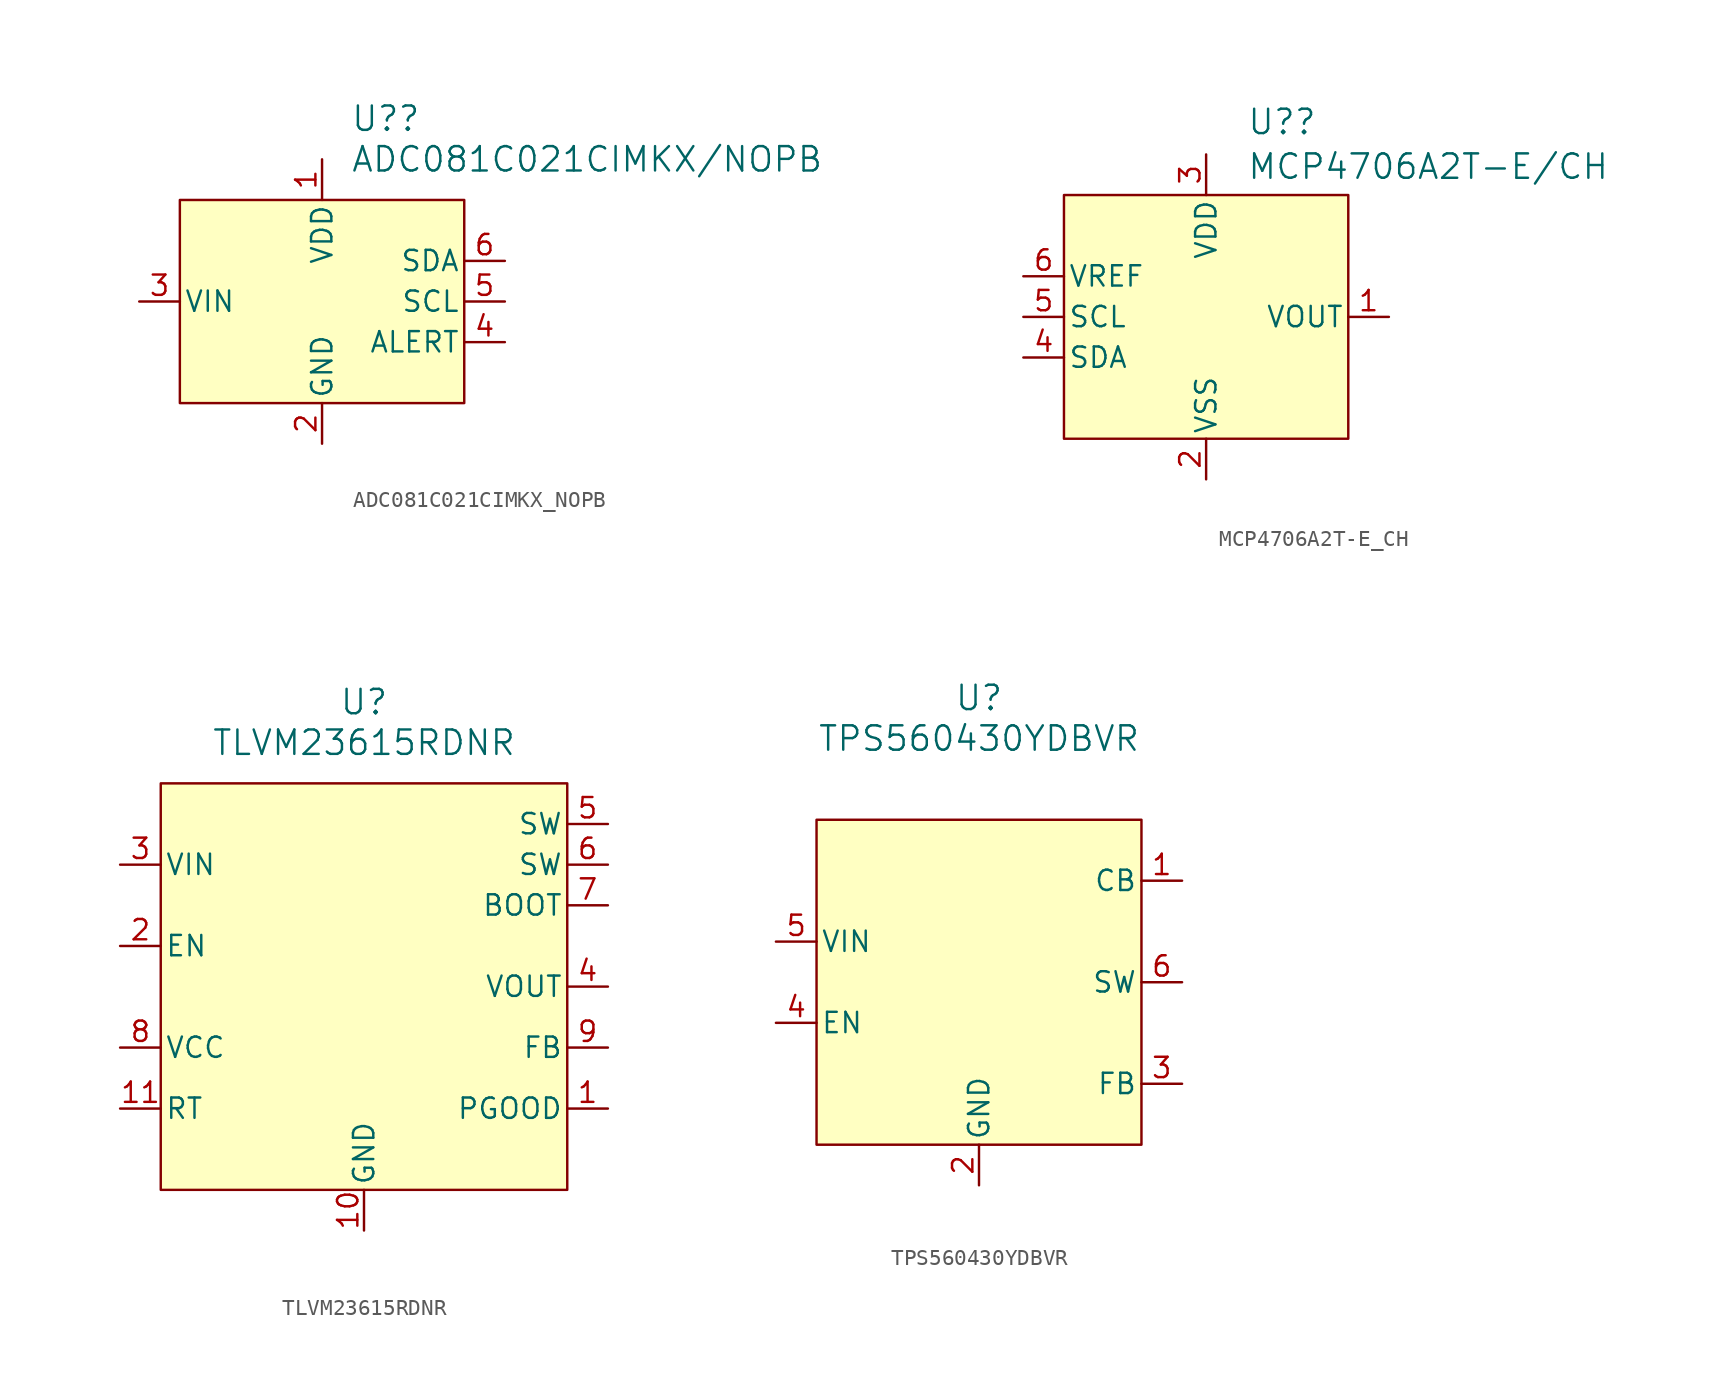
<source format=kicad_sym>
(kicad_symbol_lib
  (version 20231120)
  (generator "kicad_symbol_editor")
  (generator_version "8.0")
  (symbol "ADC081C021CIMKX_NOPB"
    (pin_names
      (offset 0.254))
    (property "Reference" "U?"
      (at 1.778 11.43 0)
      (effects (font (size 1.524 1.524)) (justify left)))
    (property "Value" "ADC081C021CIMKX/NOPB"
      (at 1.778 8.89 0)
      (effects (font (size 1.524 1.524)) (justify left)))
    (symbol "ADC081C021CIMKX_NOPB_0_1"
      (pin power_in line (at 0 8.89 270) (length 2.54) (name "VDD" (effects (font (size 1.27 1.27)))) (number "1" (effects (font (size 1.27 1.27)))))
      (pin power_in line (at 0 -8.89 90) (length 2.54) (name "GND" (effects (font (size 1.27 1.27)))) (number "2" (effects (font (size 1.27 1.27)))))
      (pin input line (at -11.43 0 0) (length 2.54) (name "VIN" (effects (font (size 1.27 1.27)))) (number "3" (effects (font (size 1.27 1.27)))))
      (pin output line (at 11.43 -2.54 180) (length 2.54) (name "ALERT" (effects (font (size 1.27 1.27)))) (number "4" (effects (font (size 1.27 1.27)))))
      (pin input line (at 11.43 0 180) (length 2.54) (name "SCL" (effects (font (size 1.27 1.27)))) (number "5" (effects (font (size 1.27 1.27)))))
      (pin bidirectional line (at 11.43 2.54 180) (length 2.54) (name "SDA" (effects (font (size 1.27 1.27)))) (number "6" (effects (font (size 1.27 1.27))))))
    (symbol "ADC081C021CIMKX_NOPB_1_1"
      (rectangle (start -8.89 6.35) (end 8.89 -6.35) (stroke (width 0) (type default)) (fill (type background)))))
  (symbol "MCP4706A2T-E_CH"
    (pin_names
      (offset 0.254))
    (property "Reference" "U?"
      (at 2.54 12.192 0)
      (effects (font (size 1.524 1.524)) (justify left)))
    (property "Value" "MCP4706A2T-E/CH"
      (at 2.54 9.398 0)
      (effects (font (size 1.524 1.524)) (justify left)))
    (property "ki_locked" ""
      (at 0 0 0)
      (effects (font (size 1.27 1.27))))
    (symbol "MCP4706A2T-E_CH_0_1"
      (pin output line (at 11.43 0 180) (length 2.54) (name "VOUT" (effects (font (size 1.27 1.27)))) (number "1" (effects (font (size 1.27 1.27)))))
      (pin power_in line (at 0 -10.16 90) (length 2.54) (name "VSS" (effects (font (size 1.27 1.27)))) (number "2" (effects (font (size 1.27 1.27)))))
      (pin power_in line (at 0 10.16 270) (length 2.54) (name "VDD" (effects (font (size 1.27 1.27)))) (number "3" (effects (font (size 1.27 1.27))))))
    (symbol "MCP4706A2T-E_CH_1_1"
      (rectangle (start -8.89 7.62) (end 8.89 -7.62) (stroke (width 0) (type default)) (fill (type background)))
      (pin bidirectional line (at -11.43 -2.54 0) (length 2.54) (name "SDA" (effects (font (size 1.27 1.27)))) (number "4" (effects (font (size 1.27 1.27)))))
      (pin input line (at -11.43 0 0) (length 2.54) (name "SCL" (effects (font (size 1.27 1.27)))) (number "5" (effects (font (size 1.27 1.27)))))
      (pin input line (at -11.43 2.54 0) (length 2.54) (name "VREF" (effects (font (size 1.27 1.27)))) (number "6" (effects (font (size 1.27 1.27)))))))
  (symbol "TLVM23615RDNR"
    (pin_names
      (offset 0.254))
    (property "Reference" "U"
      (at 0 17.78 0)
      (effects (font (size 1.524 1.524))))
    (property "Value" "TLVM23615RDNR"
      (at 0 15.24 0)
      (effects (font (size 1.524 1.524))))
    (property "ki_locked" ""
      (at 0 0 0)
      (effects (font (size 1.27 1.27))))
    (symbol "TLVM23615RDNR_0_1"
      (pin unspecified line (at 15.24 -7.62 180) (length 2.54) (name "PGOOD" (effects (font (size 1.27 1.27)))) (number "1" (effects (font (size 1.27 1.27)))))
      (pin power_out line (at 0 -15.24 90) (length 2.54) (name "GND" (effects (font (size 1.27 1.27)))) (number "10" (effects (font (size 1.27 1.27)))))
      (pin unspecified line (at -15.24 -7.62 0) (length 2.54) (name "RT" (effects (font (size 1.27 1.27)))) (number "11" (effects (font (size 1.27 1.27)))))
      (pin input line (at -15.24 2.54 0) (length 2.54) (name "EN" (effects (font (size 1.27 1.27)))) (number "2" (effects (font (size 1.27 1.27)))))
      (pin power_in line (at -15.24 7.62 0) (length 2.54) (name "VIN" (effects (font (size 1.27 1.27)))) (number "3" (effects (font (size 1.27 1.27)))))
      (pin power_out line (at 15.24 0 180) (length 2.54) (name "VOUT" (effects (font (size 1.27 1.27)))) (number "4" (effects (font (size 1.27 1.27)))))
      (pin unspecified line (at 15.24 10.16 180) (length 2.54) (name "SW" (effects (font (size 1.27 1.27)))) (number "5" (effects (font (size 1.27 1.27)))))
      (pin unspecified line (at 15.24 7.62 180) (length 2.54) (name "SW" (effects (font (size 1.27 1.27)))) (number "6" (effects (font (size 1.27 1.27)))))
      (pin power_in line (at 15.24 5.08 180) (length 2.54) (name "BOOT" (effects (font (size 1.27 1.27)))) (number "7" (effects (font (size 1.27 1.27)))))
      (pin power_out line (at -15.24 -3.81 0) (length 2.54) (name "VCC" (effects (font (size 1.27 1.27)))) (number "8" (effects (font (size 1.27 1.27)))))
      (pin input line (at 15.24 -3.81 180) (length 2.54) (name "FB" (effects (font (size 1.27 1.27)))) (number "9" (effects (font (size 1.27 1.27))))))
    (symbol "TLVM23615RDNR_1_1"
      (rectangle (start -12.7 12.7) (end 12.7 -12.7) (stroke (width 0) (type default)) (fill (type background)))))
  (symbol "TPS560430YDBVR"
    (pin_names
      (offset 0.254))
    (property "Reference" "U"
      (at 0 17.78 0)
      (effects (font (size 1.524 1.524))))
    (property "Value" "TPS560430YDBVR"
      (at 0 15.24 0)
      (effects (font (size 1.524 1.524))))
    (property "ki_locked" ""
      (at 0 0 0)
      (effects (font (size 1.27 1.27))))
    (symbol "TPS560430YDBVR_0_1"
      (pin input line (at 12.7 6.35 180) (length 2.54) (name "CB" (effects (font (size 1.27 1.27)))) (number "1" (effects (font (size 1.27 1.27)))))
      (pin power_in line (at 0 -12.7 90) (length 2.54) (name "GND" (effects (font (size 1.27 1.27)))) (number "2" (effects (font (size 1.27 1.27)))))
      (pin input line (at 12.7 -6.35 180) (length 2.54) (name "FB" (effects (font (size 1.27 1.27)))) (number "3" (effects (font (size 1.27 1.27)))))
      (pin input line (at -12.7 -2.54 0) (length 2.54) (name "EN" (effects (font (size 1.27 1.27)))) (number "4" (effects (font (size 1.27 1.27)))))
      (pin power_in line (at -12.7 2.54 0) (length 2.54) (name "VIN" (effects (font (size 1.27 1.27)))) (number "5" (effects (font (size 1.27 1.27)))))
      (pin power_out line (at 12.7 0 180) (length 2.54) (name "SW" (effects (font (size 1.27 1.27)))) (number "6" (effects (font (size 1.27 1.27))))))
    (symbol "TPS560430YDBVR_1_1"
      (rectangle (start -10.16 10.16) (end 10.16 -10.16) (stroke (width 0) (type default)) (fill (type background))))))
</source>
